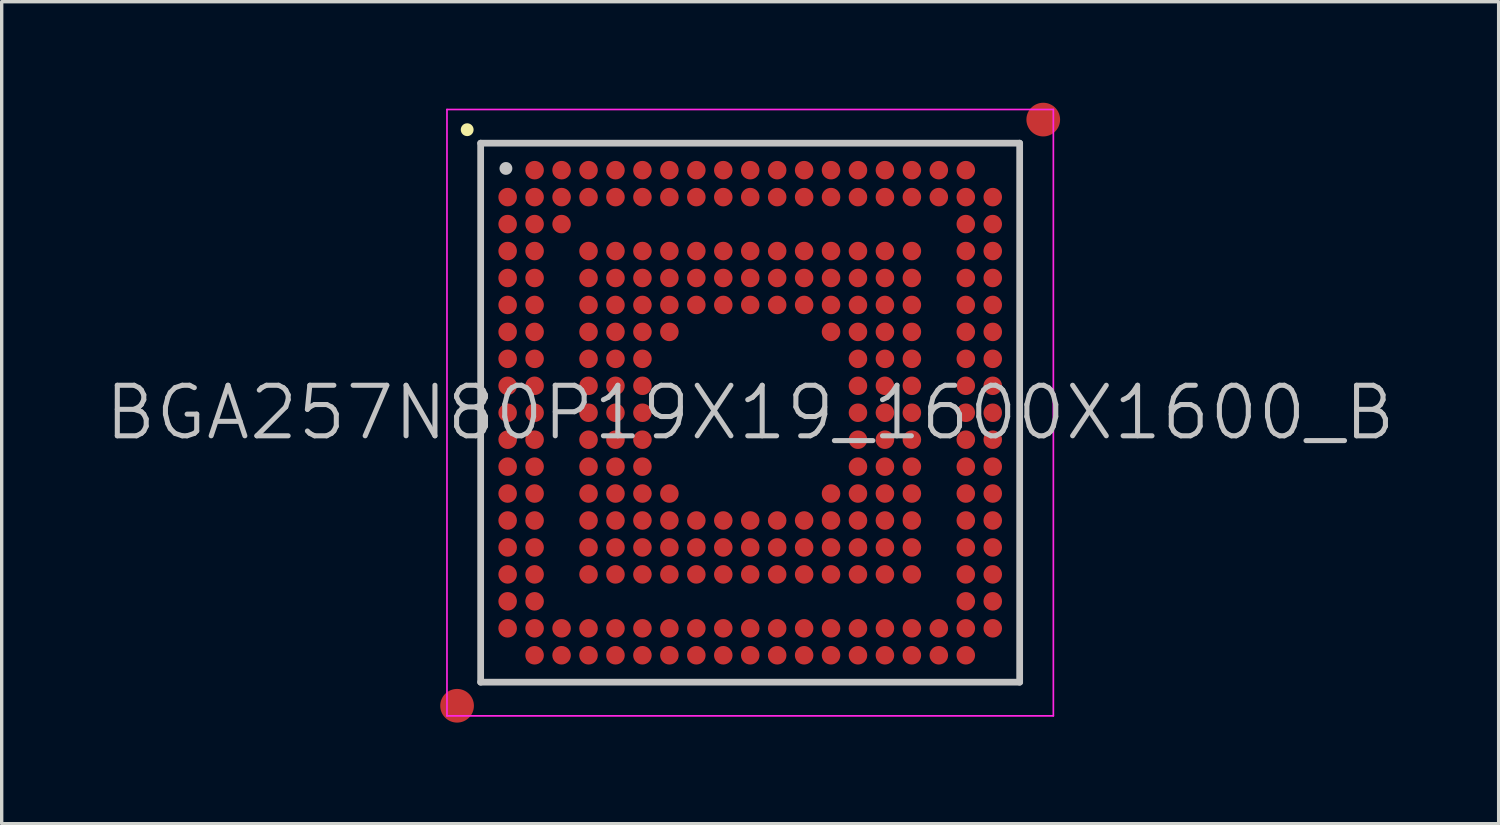
<source format=kicad_pcb>
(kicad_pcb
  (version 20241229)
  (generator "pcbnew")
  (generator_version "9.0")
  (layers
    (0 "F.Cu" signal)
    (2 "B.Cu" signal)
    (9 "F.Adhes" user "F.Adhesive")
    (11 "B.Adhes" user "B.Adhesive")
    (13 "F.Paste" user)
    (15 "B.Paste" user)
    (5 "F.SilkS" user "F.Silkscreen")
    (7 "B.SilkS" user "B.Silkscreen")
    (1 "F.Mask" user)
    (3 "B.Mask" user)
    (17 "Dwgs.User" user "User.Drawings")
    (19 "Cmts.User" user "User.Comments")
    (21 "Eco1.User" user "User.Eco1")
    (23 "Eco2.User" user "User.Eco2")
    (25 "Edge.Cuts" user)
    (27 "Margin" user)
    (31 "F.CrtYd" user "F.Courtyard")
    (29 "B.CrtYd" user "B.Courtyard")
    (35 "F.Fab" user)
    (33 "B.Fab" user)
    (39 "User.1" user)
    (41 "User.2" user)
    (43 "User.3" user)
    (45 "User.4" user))
  (footprint "BGA257N80P19X19_1600X1600_B"
    (layer "F.Cu")
    (at 19.218 9.2)
    (property "Reference" "BGA257N80P19X19_1600X1600_B" (at 0 0 0) (layer "Dwgs.User") (effects (font (size 1.5 1.5) (thickness 0.15))))
    (attr smd)
    (fp_line (start -8.4 -8.4) (end -8.4 -8.4) (stroke (width 0.381) (type solid)) (layer "F.SilkS"))
    (fp_line (start -8 -8) (end -8 8) (stroke (width 0.2) (type solid)) (layer "Dwgs.User"))
    (fp_line (start -8 -8) (end 8 -8) (stroke (width 0.2) (type solid)) (layer "Dwgs.User"))
    (fp_line (start -8 8) (end 8 8) (stroke (width 0.2) (type solid)) (layer "Dwgs.User"))
    (fp_line (start -7.25 -7.25) (end -7.25 -7.25) (stroke (width 0.381) (type solid)) (layer "Dwgs.User"))
    (fp_line (start 8 -8) (end 8 8) (stroke (width 0.2) (type solid)) (layer "Dwgs.User"))
    (fp_line (start -9 -9) (end -9 9) (stroke (width 0.05) (type solid)) (layer "F.CrtYd"))
    (fp_line (start -9 -9) (end 9 -9) (stroke (width 0.05) (type solid)) (layer "F.CrtYd"))
    (fp_line (start -9 9) (end 9 9) (stroke (width 0.05) (type solid)) (layer "F.CrtYd"))
    (fp_line (start 9 -9) (end 9 9) (stroke (width 0.05) (type solid)) (layer "F.CrtYd"))
    (pad "" smd circle (at -8.7 8.7) (size 1 1) (layers "F.Cu" "F.Mask"))
    (pad "" smd circle (at 8.7 -8.7) (size 1 1) (layers "F.Cu" "F.Mask"))
    (pad "A2" smd circle (at -6.399 -7.199) (size 0.55 0.55) (layers "F.Cu" "F.Mask" "F.Paste"))
    (pad "A3" smd circle (at -5.598 -7.199) (size 0.55 0.55) (layers "F.Cu" "F.Mask" "F.Paste"))
    (pad "A4" smd circle (at -4.798 -7.199) (size 0.55 0.55) (layers "F.Cu" "F.Mask" "F.Paste"))
    (pad "A5" smd circle (at -3.998 -7.199) (size 0.55 0.55) (layers "F.Cu" "F.Mask" "F.Paste"))
    (pad "A6" smd circle (at -3.198 -7.199) (size 0.55 0.55) (layers "F.Cu" "F.Mask" "F.Paste"))
    (pad "A7" smd circle (at -2.398 -7.199) (size 0.55 0.55) (layers "F.Cu" "F.Mask" "F.Paste"))
    (pad "A8" smd circle (at -1.598 -7.199) (size 0.55 0.55) (layers "F.Cu" "F.Mask" "F.Paste"))
    (pad "A9" smd circle (at -0.798 -7.199) (size 0.55 0.55) (layers "F.Cu" "F.Mask" "F.Paste"))
    (pad "A10" smd circle (at 0.002 -7.199) (size 0.55 0.55) (layers "F.Cu" "F.Mask" "F.Paste"))
    (pad "A11" smd circle (at 0.802 -7.199) (size 0.55 0.55) (layers "F.Cu" "F.Mask" "F.Paste"))
    (pad "A12" smd circle (at 1.602 -7.199) (size 0.55 0.55) (layers "F.Cu" "F.Mask" "F.Paste"))
    (pad "A13" smd circle (at 2.4 -7.199) (size 0.55 0.55) (layers "F.Cu" "F.Mask" "F.Paste"))
    (pad "A14" smd circle (at 3.2 -7.199) (size 0.55 0.55) (layers "F.Cu" "F.Mask" "F.Paste"))
    (pad "A15" smd circle (at 4 -7.199) (size 0.55 0.55) (layers "F.Cu" "F.Mask" "F.Paste"))
    (pad "A16" smd circle (at 4.8 -7.199) (size 0.55 0.55) (layers "F.Cu" "F.Mask" "F.Paste"))
    (pad "A17" smd circle (at 5.6 -7.199) (size 0.55 0.55) (layers "F.Cu" "F.Mask" "F.Paste"))
    (pad "A18" smd circle (at 6.401 -7.199) (size 0.55 0.55) (layers "F.Cu" "F.Mask" "F.Paste"))
    (pad "B1" smd circle (at -7.199 -6.399) (size 0.55 0.55) (layers "F.Cu" "F.Mask" "F.Paste"))
    (pad "B2" smd circle (at -6.399 -6.399) (size 0.55 0.55) (layers "F.Cu" "F.Mask" "F.Paste"))
    (pad "B3" smd circle (at -5.598 -6.399) (size 0.55 0.55) (layers "F.Cu" "F.Mask" "F.Paste"))
    (pad "B4" smd circle (at -4.798 -6.399) (size 0.55 0.55) (layers "F.Cu" "F.Mask" "F.Paste"))
    (pad "B5" smd circle (at -3.998 -6.399) (size 0.55 0.55) (layers "F.Cu" "F.Mask" "F.Paste"))
    (pad "B6" smd circle (at -3.198 -6.399) (size 0.55 0.55) (layers "F.Cu" "F.Mask" "F.Paste"))
    (pad "B7" smd circle (at -2.398 -6.399) (size 0.55 0.55) (layers "F.Cu" "F.Mask" "F.Paste"))
    (pad "B8" smd circle (at -1.598 -6.399) (size 0.55 0.55) (layers "F.Cu" "F.Mask" "F.Paste"))
    (pad "B9" smd circle (at -0.798 -6.399) (size 0.55 0.55) (layers "F.Cu" "F.Mask" "F.Paste"))
    (pad "B10" smd circle (at 0.002 -6.399) (size 0.55 0.55) (layers "F.Cu" "F.Mask" "F.Paste"))
    (pad "B11" smd circle (at 0.802 -6.399) (size 0.55 0.55) (layers "F.Cu" "F.Mask" "F.Paste"))
    (pad "B12" smd circle (at 1.602 -6.399) (size 0.55 0.55) (layers "F.Cu" "F.Mask" "F.Paste"))
    (pad "B13" smd circle (at 2.4 -6.399) (size 0.55 0.55) (layers "F.Cu" "F.Mask" "F.Paste"))
    (pad "B14" smd circle (at 3.2 -6.399) (size 0.55 0.55) (layers "F.Cu" "F.Mask" "F.Paste"))
    (pad "B15" smd circle (at 4 -6.399) (size 0.55 0.55) (layers "F.Cu" "F.Mask" "F.Paste"))
    (pad "B16" smd circle (at 4.8 -6.399) (size 0.55 0.55) (layers "F.Cu" "F.Mask" "F.Paste"))
    (pad "B17" smd circle (at 5.6 -6.399) (size 0.55 0.55) (layers "F.Cu" "F.Mask" "F.Paste"))
    (pad "B18" smd circle (at 6.401 -6.399) (size 0.55 0.55) (layers "F.Cu" "F.Mask" "F.Paste"))
    (pad "B19" smd circle (at 7.201 -6.399) (size 0.55 0.55) (layers "F.Cu" "F.Mask" "F.Paste"))
    (pad "C1" smd circle (at -7.199 -5.598) (size 0.55 0.55) (layers "F.Cu" "F.Mask" "F.Paste"))
    (pad "C2" smd circle (at -6.399 -5.598) (size 0.55 0.55) (layers "F.Cu" "F.Mask" "F.Paste"))
    (pad "C3" smd circle (at -5.598 -5.598) (size 0.55 0.55) (layers "F.Cu" "F.Mask" "F.Paste"))
    (pad "C18" smd circle (at 6.401 -5.598) (size 0.55 0.55) (layers "F.Cu" "F.Mask" "F.Paste"))
    (pad "C19" smd circle (at 7.201 -5.598) (size 0.55 0.55) (layers "F.Cu" "F.Mask" "F.Paste"))
    (pad "D1" smd circle (at -7.199 -4.798) (size 0.55 0.55) (layers "F.Cu" "F.Mask" "F.Paste"))
    (pad "D2" smd circle (at -6.399 -4.798) (size 0.55 0.55) (layers "F.Cu" "F.Mask" "F.Paste"))
    (pad "D4" smd circle (at -4.798 -4.798) (size 0.55 0.55) (layers "F.Cu" "F.Mask" "F.Paste"))
    (pad "D5" smd circle (at -3.998 -4.798) (size 0.55 0.55) (layers "F.Cu" "F.Mask" "F.Paste"))
    (pad "D6" smd circle (at -3.198 -4.798) (size 0.55 0.55) (layers "F.Cu" "F.Mask" "F.Paste"))
    (pad "D7" smd circle (at -2.398 -4.798) (size 0.55 0.55) (layers "F.Cu" "F.Mask" "F.Paste"))
    (pad "D8" smd circle (at -1.598 -4.798) (size 0.55 0.55) (layers "F.Cu" "F.Mask" "F.Paste"))
    (pad "D9" smd circle (at -0.798 -4.798) (size 0.55 0.55) (layers "F.Cu" "F.Mask" "F.Paste"))
    (pad "D10" smd circle (at 0.002 -4.798) (size 0.55 0.55) (layers "F.Cu" "F.Mask" "F.Paste"))
    (pad "D11" smd circle (at 0.802 -4.798) (size 0.55 0.55) (layers "F.Cu" "F.Mask" "F.Paste"))
    (pad "D12" smd circle (at 1.602 -4.798) (size 0.55 0.55) (layers "F.Cu" "F.Mask" "F.Paste"))
    (pad "D13" smd circle (at 2.4 -4.798) (size 0.55 0.55) (layers "F.Cu" "F.Mask" "F.Paste"))
    (pad "D14" smd circle (at 3.2 -4.798) (size 0.55 0.55) (layers "F.Cu" "F.Mask" "F.Paste"))
    (pad "D15" smd circle (at 4 -4.798) (size 0.55 0.55) (layers "F.Cu" "F.Mask" "F.Paste"))
    (pad "D16" smd circle (at 4.8 -4.798) (size 0.55 0.55) (layers "F.Cu" "F.Mask" "F.Paste"))
    (pad "D18" smd circle (at 6.401 -4.798) (size 0.55 0.55) (layers "F.Cu" "F.Mask" "F.Paste"))
    (pad "D19" smd circle (at 7.201 -4.798) (size 0.55 0.55) (layers "F.Cu" "F.Mask" "F.Paste"))
    (pad "E1" smd circle (at -7.199 -3.998) (size 0.55 0.55) (layers "F.Cu" "F.Mask" "F.Paste"))
    (pad "E2" smd circle (at -6.399 -3.998) (size 0.55 0.55) (layers "F.Cu" "F.Mask" "F.Paste"))
    (pad "E4" smd circle (at -4.798 -3.998) (size 0.55 0.55) (layers "F.Cu" "F.Mask" "F.Paste"))
    (pad "E5" smd circle (at -3.998 -3.998) (size 0.55 0.55) (layers "F.Cu" "F.Mask" "F.Paste"))
    (pad "E6" smd circle (at -3.198 -3.998) (size 0.55 0.55) (layers "F.Cu" "F.Mask" "F.Paste"))
    (pad "E7" smd circle (at -2.398 -3.998) (size 0.55 0.55) (layers "F.Cu" "F.Mask" "F.Paste"))
    (pad "E8" smd circle (at -1.598 -3.998) (size 0.55 0.55) (layers "F.Cu" "F.Mask" "F.Paste"))
    (pad "E9" smd circle (at -0.798 -3.998) (size 0.55 0.55) (layers "F.Cu" "F.Mask" "F.Paste"))
    (pad "E10" smd circle (at 0.002 -3.998) (size 0.55 0.55) (layers "F.Cu" "F.Mask" "F.Paste"))
    (pad "E11" smd circle (at 0.802 -3.998) (size 0.55 0.55) (layers "F.Cu" "F.Mask" "F.Paste"))
    (pad "E12" smd circle (at 1.602 -3.998) (size 0.55 0.55) (layers "F.Cu" "F.Mask" "F.Paste"))
    (pad "E13" smd circle (at 2.4 -3.998) (size 0.55 0.55) (layers "F.Cu" "F.Mask" "F.Paste"))
    (pad "E14" smd circle (at 3.2 -3.998) (size 0.55 0.55) (layers "F.Cu" "F.Mask" "F.Paste"))
    (pad "E15" smd circle (at 4 -3.998) (size 0.55 0.55) (layers "F.Cu" "F.Mask" "F.Paste"))
    (pad "E16" smd circle (at 4.8 -3.998) (size 0.55 0.55) (layers "F.Cu" "F.Mask" "F.Paste"))
    (pad "E18" smd circle (at 6.401 -3.998) (size 0.55 0.55) (layers "F.Cu" "F.Mask" "F.Paste"))
    (pad "E19" smd circle (at 7.201 -3.998) (size 0.55 0.55) (layers "F.Cu" "F.Mask" "F.Paste"))
    (pad "F1" smd circle (at -7.199 -3.198) (size 0.55 0.55) (layers "F.Cu" "F.Mask" "F.Paste"))
    (pad "F2" smd circle (at -6.399 -3.198) (size 0.55 0.55) (layers "F.Cu" "F.Mask" "F.Paste"))
    (pad "F4" smd circle (at -4.798 -3.198) (size 0.55 0.55) (layers "F.Cu" "F.Mask" "F.Paste"))
    (pad "F5" smd circle (at -3.998 -3.198) (size 0.55 0.55) (layers "F.Cu" "F.Mask" "F.Paste"))
    (pad "F6" smd circle (at -3.198 -3.198) (size 0.55 0.55) (layers "F.Cu" "F.Mask" "F.Paste"))
    (pad "F7" smd circle (at -2.398 -3.198) (size 0.55 0.55) (layers "F.Cu" "F.Mask" "F.Paste"))
    (pad "F8" smd circle (at -1.598 -3.198) (size 0.55 0.55) (layers "F.Cu" "F.Mask" "F.Paste"))
    (pad "F9" smd circle (at -0.798 -3.198) (size 0.55 0.55) (layers "F.Cu" "F.Mask" "F.Paste"))
    (pad "F10" smd circle (at 0.002 -3.198) (size 0.55 0.55) (layers "F.Cu" "F.Mask" "F.Paste"))
    (pad "F11" smd circle (at 0.802 -3.198) (size 0.55 0.55) (layers "F.Cu" "F.Mask" "F.Paste"))
    (pad "F12" smd circle (at 1.602 -3.198) (size 0.55 0.55) (layers "F.Cu" "F.Mask" "F.Paste"))
    (pad "F13" smd circle (at 2.4 -3.198) (size 0.55 0.55) (layers "F.Cu" "F.Mask" "F.Paste"))
    (pad "F14" smd circle (at 3.2 -3.198) (size 0.55 0.55) (layers "F.Cu" "F.Mask" "F.Paste"))
    (pad "F15" smd circle (at 4 -3.198) (size 0.55 0.55) (layers "F.Cu" "F.Mask" "F.Paste"))
    (pad "F16" smd circle (at 4.8 -3.198) (size 0.55 0.55) (layers "F.Cu" "F.Mask" "F.Paste"))
    (pad "F18" smd circle (at 6.401 -3.198) (size 0.55 0.55) (layers "F.Cu" "F.Mask" "F.Paste"))
    (pad "F19" smd circle (at 7.201 -3.198) (size 0.55 0.55) (layers "F.Cu" "F.Mask" "F.Paste"))
    (pad "G1" smd circle (at -7.199 -2.398) (size 0.55 0.55) (layers "F.Cu" "F.Mask" "F.Paste"))
    (pad "G2" smd circle (at -6.399 -2.398) (size 0.55 0.55) (layers "F.Cu" "F.Mask" "F.Paste"))
    (pad "G4" smd circle (at -4.798 -2.398) (size 0.55 0.55) (layers "F.Cu" "F.Mask" "F.Paste"))
    (pad "G5" smd circle (at -3.998 -2.398) (size 0.55 0.55) (layers "F.Cu" "F.Mask" "F.Paste"))
    (pad "G6" smd circle (at -3.198 -2.398) (size 0.55 0.55) (layers "F.Cu" "F.Mask" "F.Paste"))
    (pad "G7" smd circle (at -2.398 -2.398) (size 0.55 0.55) (layers "F.Cu" "F.Mask" "F.Paste"))
    (pad "G13" smd circle (at 2.4 -2.398) (size 0.55 0.55) (layers "F.Cu" "F.Mask" "F.Paste"))
    (pad "G14" smd circle (at 3.2 -2.398) (size 0.55 0.55) (layers "F.Cu" "F.Mask" "F.Paste"))
    (pad "G15" smd circle (at 4 -2.398) (size 0.55 0.55) (layers "F.Cu" "F.Mask" "F.Paste"))
    (pad "G16" smd circle (at 4.8 -2.398) (size 0.55 0.55) (layers "F.Cu" "F.Mask" "F.Paste"))
    (pad "G18" smd circle (at 6.401 -2.398) (size 0.55 0.55) (layers "F.Cu" "F.Mask" "F.Paste"))
    (pad "G19" smd circle (at 7.201 -2.398) (size 0.55 0.55) (layers "F.Cu" "F.Mask" "F.Paste"))
    (pad "H1" smd circle (at -7.199 -1.598) (size 0.55 0.55) (layers "F.Cu" "F.Mask" "F.Paste"))
    (pad "H2" smd circle (at -6.399 -1.598) (size 0.55 0.55) (layers "F.Cu" "F.Mask" "F.Paste"))
    (pad "H4" smd circle (at -4.798 -1.598) (size 0.55 0.55) (layers "F.Cu" "F.Mask" "F.Paste"))
    (pad "H5" smd circle (at -3.998 -1.598) (size 0.55 0.55) (layers "F.Cu" "F.Mask" "F.Paste"))
    (pad "H6" smd circle (at -3.198 -1.598) (size 0.55 0.55) (layers "F.Cu" "F.Mask" "F.Paste"))
    (pad "H14" smd circle (at 3.2 -1.598) (size 0.55 0.55) (layers "F.Cu" "F.Mask" "F.Paste"))
    (pad "H15" smd circle (at 4 -1.598) (size 0.55 0.55) (layers "F.Cu" "F.Mask" "F.Paste"))
    (pad "H16" smd circle (at 4.8 -1.598) (size 0.55 0.55) (layers "F.Cu" "F.Mask" "F.Paste"))
    (pad "H18" smd circle (at 6.401 -1.598) (size 0.55 0.55) (layers "F.Cu" "F.Mask" "F.Paste"))
    (pad "H19" smd circle (at 7.201 -1.598) (size 0.55 0.55) (layers "F.Cu" "F.Mask" "F.Paste"))
    (pad "J1" smd circle (at -7.199 -0.798) (size 0.55 0.55) (layers "F.Cu" "F.Mask" "F.Paste"))
    (pad "J2" smd circle (at -6.399 -0.798) (size 0.55 0.55) (layers "F.Cu" "F.Mask" "F.Paste"))
    (pad "J4" smd circle (at -4.798 -0.798) (size 0.55 0.55) (layers "F.Cu" "F.Mask" "F.Paste"))
    (pad "J5" smd circle (at -3.998 -0.798) (size 0.55 0.55) (layers "F.Cu" "F.Mask" "F.Paste"))
    (pad "J6" smd circle (at -3.198 -0.798) (size 0.55 0.55) (layers "F.Cu" "F.Mask" "F.Paste"))
    (pad "J14" smd circle (at 3.2 -0.798) (size 0.55 0.55) (layers "F.Cu" "F.Mask" "F.Paste"))
    (pad "J15" smd circle (at 4 -0.798) (size 0.55 0.55) (layers "F.Cu" "F.Mask" "F.Paste"))
    (pad "J16" smd circle (at 4.8 -0.798) (size 0.55 0.55) (layers "F.Cu" "F.Mask" "F.Paste"))
    (pad "J18" smd circle (at 6.401 -0.798) (size 0.55 0.55) (layers "F.Cu" "F.Mask" "F.Paste"))
    (pad "J19" smd circle (at 7.201 -0.798) (size 0.55 0.55) (layers "F.Cu" "F.Mask" "F.Paste"))
    (pad "K1" smd circle (at -7.199 0.002) (size 0.55 0.55) (layers "F.Cu" "F.Mask" "F.Paste"))
    (pad "K2" smd circle (at -6.399 0.002) (size 0.55 0.55) (layers "F.Cu" "F.Mask" "F.Paste"))
    (pad "K4" smd circle (at -4.798 0.002) (size 0.55 0.55) (layers "F.Cu" "F.Mask" "F.Paste"))
    (pad "K5" smd circle (at -3.998 0.002) (size 0.55 0.55) (layers "F.Cu" "F.Mask" "F.Paste"))
    (pad "K6" smd circle (at -3.198 0.002) (size 0.55 0.55) (layers "F.Cu" "F.Mask" "F.Paste"))
    (pad "K14" smd circle (at 3.2 0.002) (size 0.55 0.55) (layers "F.Cu" "F.Mask" "F.Paste"))
    (pad "K15" smd circle (at 4 0.002) (size 0.55 0.55) (layers "F.Cu" "F.Mask" "F.Paste"))
    (pad "K16" smd circle (at 4.8 0.002) (size 0.55 0.55) (layers "F.Cu" "F.Mask" "F.Paste"))
    (pad "K18" smd circle (at 6.401 0.002) (size 0.55 0.55) (layers "F.Cu" "F.Mask" "F.Paste"))
    (pad "K19" smd circle (at 7.201 0.002) (size 0.55 0.55) (layers "F.Cu" "F.Mask" "F.Paste"))
    (pad "L1" smd circle (at -7.199 0.802) (size 0.55 0.55) (layers "F.Cu" "F.Mask" "F.Paste"))
    (pad "L2" smd circle (at -6.399 0.802) (size 0.55 0.55) (layers "F.Cu" "F.Mask" "F.Paste"))
    (pad "L4" smd circle (at -4.798 0.802) (size 0.55 0.55) (layers "F.Cu" "F.Mask" "F.Paste"))
    (pad "L5" smd circle (at -3.998 0.802) (size 0.55 0.55) (layers "F.Cu" "F.Mask" "F.Paste"))
    (pad "L6" smd circle (at -3.198 0.802) (size 0.55 0.55) (layers "F.Cu" "F.Mask" "F.Paste"))
    (pad "L14" smd circle (at 3.2 0.802) (size 0.55 0.55) (layers "F.Cu" "F.Mask" "F.Paste"))
    (pad "L15" smd circle (at 4 0.802) (size 0.55 0.55) (layers "F.Cu" "F.Mask" "F.Paste"))
    (pad "L16" smd circle (at 4.8 0.802) (size 0.55 0.55) (layers "F.Cu" "F.Mask" "F.Paste"))
    (pad "L18" smd circle (at 6.401 0.802) (size 0.55 0.55) (layers "F.Cu" "F.Mask" "F.Paste"))
    (pad "L19" smd circle (at 7.201 0.802) (size 0.55 0.55) (layers "F.Cu" "F.Mask" "F.Paste"))
    (pad "M1" smd circle (at -7.199 1.602) (size 0.55 0.55) (layers "F.Cu" "F.Mask" "F.Paste"))
    (pad "M2" smd circle (at -6.399 1.602) (size 0.55 0.55) (layers "F.Cu" "F.Mask" "F.Paste"))
    (pad "M4" smd circle (at -4.798 1.602) (size 0.55 0.55) (layers "F.Cu" "F.Mask" "F.Paste"))
    (pad "M5" smd circle (at -3.998 1.602) (size 0.55 0.55) (layers "F.Cu" "F.Mask" "F.Paste"))
    (pad "M6" smd circle (at -3.198 1.602) (size 0.55 0.55) (layers "F.Cu" "F.Mask" "F.Paste"))
    (pad "M14" smd circle (at 3.2 1.602) (size 0.55 0.55) (layers "F.Cu" "F.Mask" "F.Paste"))
    (pad "M15" smd circle (at 4 1.602) (size 0.55 0.55) (layers "F.Cu" "F.Mask" "F.Paste"))
    (pad "M16" smd circle (at 4.8 1.602) (size 0.55 0.55) (layers "F.Cu" "F.Mask" "F.Paste"))
    (pad "M18" smd circle (at 6.401 1.602) (size 0.55 0.55) (layers "F.Cu" "F.Mask" "F.Paste"))
    (pad "M19" smd circle (at 7.201 1.602) (size 0.55 0.55) (layers "F.Cu" "F.Mask" "F.Paste"))
    (pad "N1" smd circle (at -7.199 2.4) (size 0.55 0.55) (layers "F.Cu" "F.Mask" "F.Paste"))
    (pad "N2" smd circle (at -6.399 2.4) (size 0.55 0.55) (layers "F.Cu" "F.Mask" "F.Paste"))
    (pad "N4" smd circle (at -4.798 2.4) (size 0.55 0.55) (layers "F.Cu" "F.Mask" "F.Paste"))
    (pad "N5" smd circle (at -3.998 2.4) (size 0.55 0.55) (layers "F.Cu" "F.Mask" "F.Paste"))
    (pad "N6" smd circle (at -3.198 2.4) (size 0.55 0.55) (layers "F.Cu" "F.Mask" "F.Paste"))
    (pad "N7" smd circle (at -2.398 2.4) (size 0.55 0.55) (layers "F.Cu" "F.Mask" "F.Paste"))
    (pad "N13" smd circle (at 2.4 2.4) (size 0.55 0.55) (layers "F.Cu" "F.Mask" "F.Paste"))
    (pad "N14" smd circle (at 3.2 2.4) (size 0.55 0.55) (layers "F.Cu" "F.Mask" "F.Paste"))
    (pad "N15" smd circle (at 4 2.4) (size 0.55 0.55) (layers "F.Cu" "F.Mask" "F.Paste"))
    (pad "N16" smd circle (at 4.8 2.4) (size 0.55 0.55) (layers "F.Cu" "F.Mask" "F.Paste"))
    (pad "N18" smd circle (at 6.401 2.4) (size 0.55 0.55) (layers "F.Cu" "F.Mask" "F.Paste"))
    (pad "N19" smd circle (at 7.201 2.4) (size 0.55 0.55) (layers "F.Cu" "F.Mask" "F.Paste"))
    (pad "P1" smd circle (at -7.199 3.2) (size 0.55 0.55) (layers "F.Cu" "F.Mask" "F.Paste"))
    (pad "P2" smd circle (at -6.399 3.2) (size 0.55 0.55) (layers "F.Cu" "F.Mask" "F.Paste"))
    (pad "P4" smd circle (at -4.798 3.2) (size 0.55 0.55) (layers "F.Cu" "F.Mask" "F.Paste"))
    (pad "P5" smd circle (at -3.998 3.2) (size 0.55 0.55) (layers "F.Cu" "F.Mask" "F.Paste"))
    (pad "P6" smd circle (at -3.198 3.2) (size 0.55 0.55) (layers "F.Cu" "F.Mask" "F.Paste"))
    (pad "P7" smd circle (at -2.398 3.2) (size 0.55 0.55) (layers "F.Cu" "F.Mask" "F.Paste"))
    (pad "P8" smd circle (at -1.598 3.2) (size 0.55 0.55) (layers "F.Cu" "F.Mask" "F.Paste"))
    (pad "P9" smd circle (at -0.798 3.2) (size 0.55 0.55) (layers "F.Cu" "F.Mask" "F.Paste"))
    (pad "P10" smd circle (at 0.002 3.2) (size 0.55 0.55) (layers "F.Cu" "F.Mask" "F.Paste"))
    (pad "P11" smd circle (at 0.802 3.2) (size 0.55 0.55) (layers "F.Cu" "F.Mask" "F.Paste"))
    (pad "P12" smd circle (at 1.602 3.2) (size 0.55 0.55) (layers "F.Cu" "F.Mask" "F.Paste"))
    (pad "P13" smd circle (at 2.4 3.2) (size 0.55 0.55) (layers "F.Cu" "F.Mask" "F.Paste"))
    (pad "P14" smd circle (at 3.2 3.2) (size 0.55 0.55) (layers "F.Cu" "F.Mask" "F.Paste"))
    (pad "P15" smd circle (at 4 3.2) (size 0.55 0.55) (layers "F.Cu" "F.Mask" "F.Paste"))
    (pad "P16" smd circle (at 4.8 3.2) (size 0.55 0.55) (layers "F.Cu" "F.Mask" "F.Paste"))
    (pad "P18" smd circle (at 6.401 3.2) (size 0.55 0.55) (layers "F.Cu" "F.Mask" "F.Paste"))
    (pad "P19" smd circle (at 7.201 3.2) (size 0.55 0.55) (layers "F.Cu" "F.Mask" "F.Paste"))
    (pad "R1" smd circle (at -7.199 4) (size 0.55 0.55) (layers "F.Cu" "F.Mask" "F.Paste"))
    (pad "R2" smd circle (at -6.399 4) (size 0.55 0.55) (layers "F.Cu" "F.Mask" "F.Paste"))
    (pad "R4" smd circle (at -4.798 4) (size 0.55 0.55) (layers "F.Cu" "F.Mask" "F.Paste"))
    (pad "R5" smd circle (at -3.998 4) (size 0.55 0.55) (layers "F.Cu" "F.Mask" "F.Paste"))
    (pad "R6" smd circle (at -3.198 4) (size 0.55 0.55) (layers "F.Cu" "F.Mask" "F.Paste"))
    (pad "R7" smd circle (at -2.398 4) (size 0.55 0.55) (layers "F.Cu" "F.Mask" "F.Paste"))
    (pad "R8" smd circle (at -1.598 4) (size 0.55 0.55) (layers "F.Cu" "F.Mask" "F.Paste"))
    (pad "R9" smd circle (at -0.798 4) (size 0.55 0.55) (layers "F.Cu" "F.Mask" "F.Paste"))
    (pad "R10" smd circle (at 0.002 4) (size 0.55 0.55) (layers "F.Cu" "F.Mask" "F.Paste"))
    (pad "R11" smd circle (at 0.802 4) (size 0.55 0.55) (layers "F.Cu" "F.Mask" "F.Paste"))
    (pad "R12" smd circle (at 1.602 4) (size 0.55 0.55) (layers "F.Cu" "F.Mask" "F.Paste"))
    (pad "R13" smd circle (at 2.4 4) (size 0.55 0.55) (layers "F.Cu" "F.Mask" "F.Paste"))
    (pad "R14" smd circle (at 3.2 4) (size 0.55 0.55) (layers "F.Cu" "F.Mask" "F.Paste"))
    (pad "R15" smd circle (at 4 4) (size 0.55 0.55) (layers "F.Cu" "F.Mask" "F.Paste"))
    (pad "R16" smd circle (at 4.8 4) (size 0.55 0.55) (layers "F.Cu" "F.Mask" "F.Paste"))
    (pad "R18" smd circle (at 6.401 4) (size 0.55 0.55) (layers "F.Cu" "F.Mask" "F.Paste"))
    (pad "R19" smd circle (at 7.201 4) (size 0.55 0.55) (layers "F.Cu" "F.Mask" "F.Paste"))
    (pad "T1" smd circle (at -7.199 4.8) (size 0.55 0.55) (layers "F.Cu" "F.Mask" "F.Paste"))
    (pad "T2" smd circle (at -6.399 4.8) (size 0.55 0.55) (layers "F.Cu" "F.Mask" "F.Paste"))
    (pad "T4" smd circle (at -4.798 4.8) (size 0.55 0.55) (layers "F.Cu" "F.Mask" "F.Paste"))
    (pad "T5" smd circle (at -3.998 4.8) (size 0.55 0.55) (layers "F.Cu" "F.Mask" "F.Paste"))
    (pad "T6" smd circle (at -3.198 4.8) (size 0.55 0.55) (layers "F.Cu" "F.Mask" "F.Paste"))
    (pad "T7" smd circle (at -2.398 4.8) (size 0.55 0.55) (layers "F.Cu" "F.Mask" "F.Paste"))
    (pad "T8" smd circle (at -1.598 4.8) (size 0.55 0.55) (layers "F.Cu" "F.Mask" "F.Paste"))
    (pad "T9" smd circle (at -0.798 4.8) (size 0.55 0.55) (layers "F.Cu" "F.Mask" "F.Paste"))
    (pad "T10" smd circle (at 0.002 4.8) (size 0.55 0.55) (layers "F.Cu" "F.Mask" "F.Paste"))
    (pad "T11" smd circle (at 0.802 4.8) (size 0.55 0.55) (layers "F.Cu" "F.Mask" "F.Paste"))
    (pad "T12" smd circle (at 1.602 4.8) (size 0.55 0.55) (layers "F.Cu" "F.Mask" "F.Paste"))
    (pad "T13" smd circle (at 2.4 4.8) (size 0.55 0.55) (layers "F.Cu" "F.Mask" "F.Paste"))
    (pad "T14" smd circle (at 3.2 4.8) (size 0.55 0.55) (layers "F.Cu" "F.Mask" "F.Paste"))
    (pad "T15" smd circle (at 4 4.8) (size 0.55 0.55) (layers "F.Cu" "F.Mask" "F.Paste"))
    (pad "T16" smd circle (at 4.8 4.8) (size 0.55 0.55) (layers "F.Cu" "F.Mask" "F.Paste"))
    (pad "T18" smd circle (at 6.401 4.8) (size 0.55 0.55) (layers "F.Cu" "F.Mask" "F.Paste"))
    (pad "T19" smd circle (at 7.201 4.8) (size 0.55 0.55) (layers "F.Cu" "F.Mask" "F.Paste"))
    (pad "U1" smd circle (at -7.199 5.6) (size 0.55 0.55) (layers "F.Cu" "F.Mask" "F.Paste"))
    (pad "U2" smd circle (at -6.399 5.6) (size 0.55 0.55) (layers "F.Cu" "F.Mask" "F.Paste"))
    (pad "U18" smd circle (at 6.401 5.6) (size 0.55 0.55) (layers "F.Cu" "F.Mask" "F.Paste"))
    (pad "U19" smd circle (at 7.201 5.6) (size 0.55 0.55) (layers "F.Cu" "F.Mask" "F.Paste"))
    (pad "V1" smd circle (at -7.199 6.401) (size 0.55 0.55) (layers "F.Cu" "F.Mask" "F.Paste"))
    (pad "V2" smd circle (at -6.399 6.401) (size 0.55 0.55) (layers "F.Cu" "F.Mask" "F.Paste"))
    (pad "V3" smd circle (at -5.598 6.401) (size 0.55 0.55) (layers "F.Cu" "F.Mask" "F.Paste"))
    (pad "V4" smd circle (at -4.798 6.401) (size 0.55 0.55) (layers "F.Cu" "F.Mask" "F.Paste"))
    (pad "V5" smd circle (at -3.998 6.401) (size 0.55 0.55) (layers "F.Cu" "F.Mask" "F.Paste"))
    (pad "V6" smd circle (at -3.198 6.401) (size 0.55 0.55) (layers "F.Cu" "F.Mask" "F.Paste"))
    (pad "V7" smd circle (at -2.398 6.401) (size 0.55 0.55) (layers "F.Cu" "F.Mask" "F.Paste"))
    (pad "V8" smd circle (at -1.598 6.401) (size 0.55 0.55) (layers "F.Cu" "F.Mask" "F.Paste"))
    (pad "V9" smd circle (at -0.798 6.401) (size 0.55 0.55) (layers "F.Cu" "F.Mask" "F.Paste"))
    (pad "V10" smd circle (at 0.002 6.401) (size 0.55 0.55) (layers "F.Cu" "F.Mask" "F.Paste"))
    (pad "V11" smd circle (at 0.802 6.401) (size 0.55 0.55) (layers "F.Cu" "F.Mask" "F.Paste"))
    (pad "V12" smd circle (at 1.602 6.401) (size 0.55 0.55) (layers "F.Cu" "F.Mask" "F.Paste"))
    (pad "V13" smd circle (at 2.4 6.401) (size 0.55 0.55) (layers "F.Cu" "F.Mask" "F.Paste"))
    (pad "V14" smd circle (at 3.2 6.401) (size 0.55 0.55) (layers "F.Cu" "F.Mask" "F.Paste"))
    (pad "V15" smd circle (at 4 6.401) (size 0.55 0.55) (layers "F.Cu" "F.Mask" "F.Paste"))
    (pad "V16" smd circle (at 4.8 6.401) (size 0.55 0.55) (layers "F.Cu" "F.Mask" "F.Paste"))
    (pad "V17" smd circle (at 5.6 6.401) (size 0.55 0.55) (layers "F.Cu" "F.Mask" "F.Paste"))
    (pad "V18" smd circle (at 6.401 6.401) (size 0.55 0.55) (layers "F.Cu" "F.Mask" "F.Paste"))
    (pad "V19" smd circle (at 7.201 6.401) (size 0.55 0.55) (layers "F.Cu" "F.Mask" "F.Paste"))
    (pad "W2" smd circle (at -6.399 7.201) (size 0.55 0.55) (layers "F.Cu" "F.Mask" "F.Paste"))
    (pad "W3" smd circle (at -5.598 7.201) (size 0.55 0.55) (layers "F.Cu" "F.Mask" "F.Paste"))
    (pad "W4" smd circle (at -4.798 7.201) (size 0.55 0.55) (layers "F.Cu" "F.Mask" "F.Paste"))
    (pad "W5" smd circle (at -3.998 7.201) (size 0.55 0.55) (layers "F.Cu" "F.Mask" "F.Paste"))
    (pad "W6" smd circle (at -3.198 7.201) (size 0.55 0.55) (layers "F.Cu" "F.Mask" "F.Paste"))
    (pad "W7" smd circle (at -2.398 7.201) (size 0.55 0.55) (layers "F.Cu" "F.Mask" "F.Paste"))
    (pad "W8" smd circle (at -1.598 7.201) (size 0.55 0.55) (layers "F.Cu" "F.Mask" "F.Paste"))
    (pad "W9" smd circle (at -0.798 7.201) (size 0.55 0.55) (layers "F.Cu" "F.Mask" "F.Paste"))
    (pad "W10" smd circle (at 0.002 7.201) (size 0.55 0.55) (layers "F.Cu" "F.Mask" "F.Paste"))
    (pad "W11" smd circle (at 0.802 7.201) (size 0.55 0.55) (layers "F.Cu" "F.Mask" "F.Paste"))
    (pad "W12" smd circle (at 1.602 7.201) (size 0.55 0.55) (layers "F.Cu" "F.Mask" "F.Paste"))
    (pad "W13" smd circle (at 2.4 7.201) (size 0.55 0.55) (layers "F.Cu" "F.Mask" "F.Paste"))
    (pad "W14" smd circle (at 3.2 7.201) (size 0.55 0.55) (layers "F.Cu" "F.Mask" "F.Paste"))
    (pad "W15" smd circle (at 4 7.201) (size 0.55 0.55) (layers "F.Cu" "F.Mask" "F.Paste"))
    (pad "W16" smd circle (at 4.8 7.201) (size 0.55 0.55) (layers "F.Cu" "F.Mask" "F.Paste"))
    (pad "W17" smd circle (at 5.6 7.201) (size 0.55 0.55) (layers "F.Cu" "F.Mask" "F.Paste"))
    (pad "W18" smd circle (at 6.401 7.201) (size 0.55 0.55) (layers "F.Cu" "F.Mask" "F.Paste")))
  (gr_rect
    (start -3 -3)
    (end 41.436 21.4)
    (stroke (width 0.1) (type default))
    (fill no)
    (layer "Edge.Cuts")))
</source>
